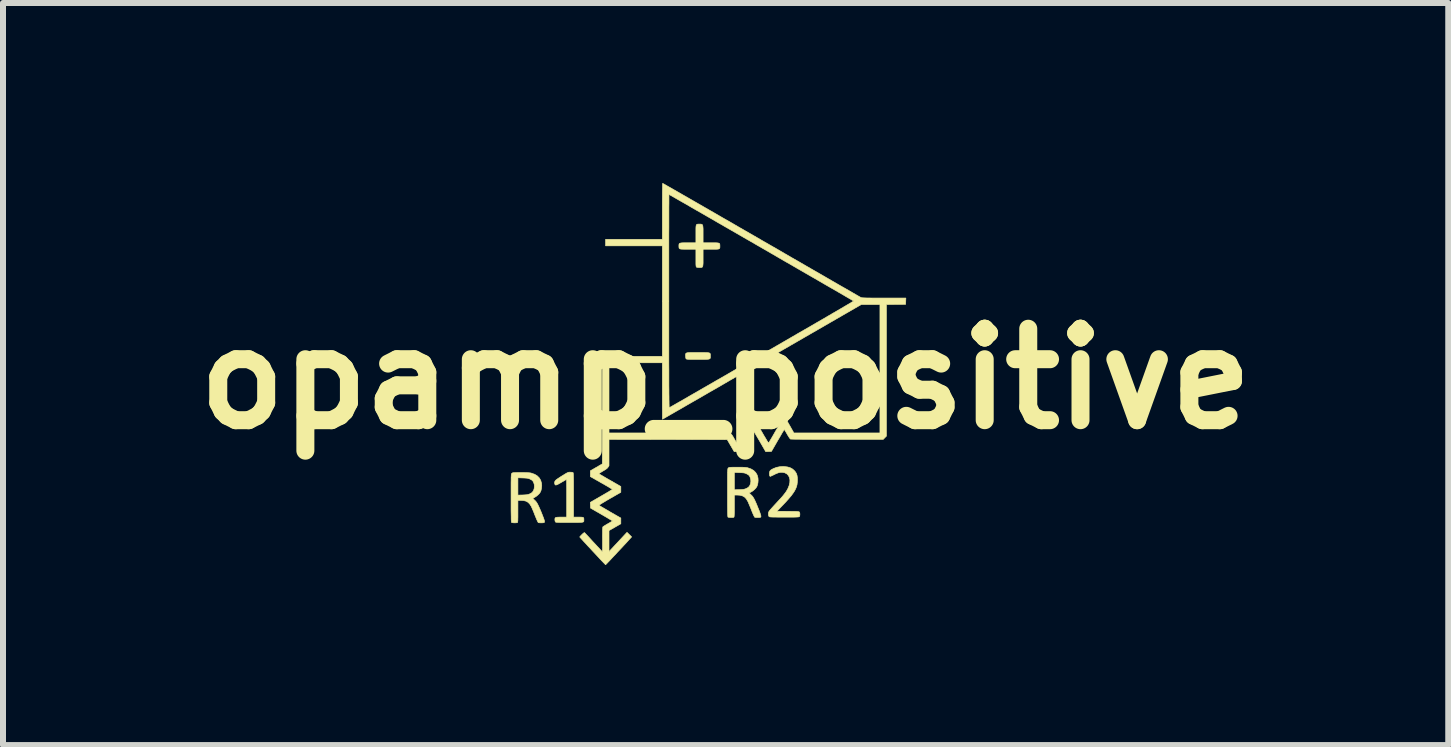
<source format=kicad_pcb>
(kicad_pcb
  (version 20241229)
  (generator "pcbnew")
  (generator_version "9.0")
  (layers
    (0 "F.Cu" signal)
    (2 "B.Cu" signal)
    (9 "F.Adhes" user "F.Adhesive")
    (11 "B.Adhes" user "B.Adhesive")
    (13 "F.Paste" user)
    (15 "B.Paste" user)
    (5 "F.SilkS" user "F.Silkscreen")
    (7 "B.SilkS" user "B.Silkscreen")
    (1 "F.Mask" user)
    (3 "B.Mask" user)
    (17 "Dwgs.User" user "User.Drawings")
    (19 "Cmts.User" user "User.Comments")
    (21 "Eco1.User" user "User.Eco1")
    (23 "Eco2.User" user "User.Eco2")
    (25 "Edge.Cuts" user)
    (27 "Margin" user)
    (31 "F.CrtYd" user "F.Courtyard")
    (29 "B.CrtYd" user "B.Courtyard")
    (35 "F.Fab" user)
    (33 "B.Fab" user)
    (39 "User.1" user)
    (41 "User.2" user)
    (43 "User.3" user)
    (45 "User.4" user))
  (footprint "opamp_positive"
    (layer "F.Cu")
    (at 9.042 3.263)
    (property "Reference" "opamp_positive" (at 0 0 0) (layer "F.SilkS") (effects (font (size 1.524 1.524) (thickness 0.3))))
    (attr through_hole)
    (fp_poly (pts (xy -0.358 -0.438) (xy -0.323 -0.437) (xy -0.297 -0.436) (xy -0.278 -0.433) (xy -0.266 -0.429) (xy -0.259 -0.423) (xy -0.255 -0.415) (xy -0.254 -0.404) (xy -0.254 -0.39) (xy -0.254 -0.381) (xy -0.254 -0.365) (xy -0.254 -0.353) (xy -0.256 -0.343) (xy -0.262 -0.336) (xy -0.271 -0.331) (xy -0.286 -0.327) (xy -0.309 -0.325) (xy -0.339 -0.324) (xy -0.379 -0.324) (xy -0.429 -0.324) (xy -0.46 -0.324) (xy -0.515 -0.324) (xy -0.558 -0.324) (xy -0.592 -0.324) (xy -0.617 -0.325) (xy -0.634 -0.326) (xy -0.646 -0.328) (xy -0.653 -0.33) (xy -0.657 -0.332) (xy -0.66 -0.336) (xy -0.66 -0.336) (xy -0.664 -0.35) (xy -0.666 -0.37) (xy -0.667 -0.381) (xy -0.667 -0.397) (xy -0.667 -0.409) (xy -0.664 -0.419) (xy -0.659 -0.426) (xy -0.65 -0.431) (xy -0.634 -0.435) (xy -0.612 -0.437) (xy -0.582 -0.438) (xy -0.542 -0.438) (xy -0.491 -0.438) (xy -0.46 -0.438) (xy -0.404 -0.438) (xy -0.358 -0.438)) (stroke (width 0.01) (type solid)) (fill yes) (layer "F.SilkS"))
    (fp_poly (pts (xy -0.438 -2.578) (xy -0.433 -2.578) (xy -0.415 -2.578) (xy -0.402 -2.576) (xy -0.392 -2.572) (xy -0.384 -2.563) (xy -0.38 -2.549) (xy -0.377 -2.528) (xy -0.375 -2.498) (xy -0.375 -2.459) (xy -0.375 -2.408) (xy -0.375 -2.267) (xy -0.242 -2.267) (xy -0.195 -2.267) (xy -0.159 -2.267) (xy -0.133 -2.265) (xy -0.116 -2.262) (xy -0.104 -2.257) (xy -0.098 -2.249) (xy -0.096 -2.238) (xy -0.095 -2.224) (xy -0.095 -2.213) (xy -0.095 -2.196) (xy -0.096 -2.183) (xy -0.1 -2.173) (xy -0.108 -2.167) (xy -0.122 -2.162) (xy -0.143 -2.16) (xy -0.172 -2.159) (xy -0.212 -2.159) (xy -0.242 -2.159) (xy -0.375 -2.159) (xy -0.375 -2.017) (xy -0.375 -1.967) (xy -0.375 -1.929) (xy -0.377 -1.901) (xy -0.38 -1.88) (xy -0.385 -1.867) (xy -0.392 -1.859) (xy -0.403 -1.856) (xy -0.418 -1.854) (xy -0.435 -1.854) (xy -0.458 -1.856) (xy -0.476 -1.858) (xy -0.484 -1.861) (xy -0.488 -1.864) (xy -0.49 -1.87) (xy -0.492 -1.879) (xy -0.494 -1.895) (xy -0.495 -1.917) (xy -0.495 -1.948) (xy -0.495 -1.99) (xy -0.495 -2.013) (xy -0.495 -2.159) (xy -0.628 -2.159) (xy -0.675 -2.159) (xy -0.711 -2.16) (xy -0.738 -2.161) (xy -0.756 -2.164) (xy -0.768 -2.169) (xy -0.774 -2.177) (xy -0.777 -2.188) (xy -0.778 -2.203) (xy -0.778 -2.213) (xy -0.778 -2.23) (xy -0.776 -2.243) (xy -0.772 -2.253) (xy -0.763 -2.259) (xy -0.749 -2.263) (xy -0.727 -2.266) (xy -0.696 -2.267) (xy -0.655 -2.267) (xy -0.628 -2.267) (xy -0.495 -2.267) (xy -0.495 -2.416) (xy -0.495 -2.465) (xy -0.495 -2.504) (xy -0.494 -2.532) (xy -0.491 -2.552) (xy -0.487 -2.566) (xy -0.48 -2.573) (xy -0.47 -2.577) (xy -0.456 -2.578) (xy -0.438 -2.578)) (stroke (width 0.01) (type solid)) (fill yes) (layer "F.SilkS"))
    (fp_poly (pts (xy -2.565 1.557) (xy -2.548 1.56) (xy -2.541 1.563) (xy -2.54 1.568) (xy -2.538 1.58) (xy -2.537 1.599) (xy -2.536 1.626) (xy -2.535 1.662) (xy -2.534 1.707) (xy -2.534 1.763) (xy -2.534 1.829) (xy -2.534 1.908) (xy -2.534 1.938) (xy -2.534 2.305) (xy -2.452 2.305) (xy -2.416 2.305) (xy -2.392 2.306) (xy -2.376 2.309) (xy -2.367 2.315) (xy -2.363 2.324) (xy -2.362 2.338) (xy -2.362 2.349) (xy -2.362 2.361) (xy -2.362 2.37) (xy -2.364 2.378) (xy -2.368 2.383) (xy -2.376 2.387) (xy -2.39 2.39) (xy -2.41 2.392) (xy -2.437 2.393) (xy -2.473 2.394) (xy -2.518 2.394) (xy -2.575 2.394) (xy -2.601 2.394) (xy -2.661 2.394) (xy -2.71 2.394) (xy -2.748 2.394) (xy -2.778 2.393) (xy -2.8 2.392) (xy -2.816 2.391) (xy -2.826 2.39) (xy -2.832 2.388) (xy -2.836 2.385) (xy -2.838 2.382) (xy -2.838 2.382) (xy -2.843 2.366) (xy -2.845 2.349) (xy -2.844 2.333) (xy -2.842 2.321) (xy -2.835 2.313) (xy -2.822 2.309) (xy -2.802 2.306) (xy -2.773 2.305) (xy -2.74 2.305) (xy -2.648 2.305) (xy -2.648 1.991) (xy -2.648 1.929) (xy -2.648 1.871) (xy -2.648 1.819) (xy -2.649 1.772) (xy -2.649 1.734) (xy -2.65 1.704) (xy -2.65 1.685) (xy -2.651 1.677) (xy -2.651 1.676) (xy -2.657 1.679) (xy -2.672 1.688) (xy -2.694 1.701) (xy -2.721 1.716) (xy -2.734 1.724) (xy -2.771 1.745) (xy -2.798 1.76) (xy -2.818 1.768) (xy -2.832 1.77) (xy -2.84 1.767) (xy -2.845 1.757) (xy -2.848 1.747) (xy -2.85 1.731) (xy -2.848 1.718) (xy -2.843 1.705) (xy -2.832 1.691) (xy -2.814 1.676) (xy -2.788 1.658) (xy -2.753 1.635) (xy -2.731 1.621) (xy -2.695 1.599) (xy -2.668 1.582) (xy -2.647 1.57) (xy -2.632 1.563) (xy -2.619 1.558) (xy -2.608 1.556) (xy -2.595 1.556) (xy -2.588 1.556) (xy -2.565 1.557)) (stroke (width 0.01) (type solid)) (fill yes) (layer "F.SilkS"))
    (fp_poly (pts (xy 0.975 1.462) (xy 1.029 1.468) (xy 1.075 1.481) (xy 1.114 1.502) (xy 1.142 1.526) (xy 1.165 1.553) (xy 1.181 1.58) (xy 1.191 1.611) (xy 1.196 1.648) (xy 1.197 1.686) (xy 1.195 1.725) (xy 1.191 1.762) (xy 1.182 1.797) (xy 1.168 1.832) (xy 1.149 1.869) (xy 1.124 1.907) (xy 1.093 1.949) (xy 1.053 1.996) (xy 1.006 2.049) (xy 0.953 2.105) (xy 0.855 2.207) (xy 1.039 2.208) (xy 1.092 2.209) (xy 1.135 2.209) (xy 1.167 2.21) (xy 1.191 2.211) (xy 1.208 2.213) (xy 1.219 2.215) (xy 1.226 2.217) (xy 1.23 2.22) (xy 1.23 2.221) (xy 1.236 2.236) (xy 1.238 2.257) (xy 1.236 2.279) (xy 1.232 2.293) (xy 1.23 2.296) (xy 1.226 2.298) (xy 1.22 2.3) (xy 1.21 2.302) (xy 1.195 2.303) (xy 1.174 2.304) (xy 1.145 2.305) (xy 1.108 2.305) (xy 1.061 2.305) (xy 1.003 2.305) (xy 0.978 2.305) (xy 0.915 2.305) (xy 0.862 2.305) (xy 0.821 2.304) (xy 0.788 2.304) (xy 0.764 2.303) (xy 0.746 2.302) (xy 0.734 2.3) (xy 0.727 2.298) (xy 0.724 2.296) (xy 0.716 2.279) (xy 0.713 2.255) (xy 0.715 2.231) (xy 0.719 2.218) (xy 0.725 2.207) (xy 0.739 2.189) (xy 0.76 2.165) (xy 0.785 2.137) (xy 0.814 2.105) (xy 0.838 2.079) (xy 0.885 2.028) (xy 0.925 1.985) (xy 0.957 1.948) (xy 0.983 1.915) (xy 1.004 1.887) (xy 1.021 1.86) (xy 1.035 1.835) (xy 1.038 1.829) (xy 1.059 1.778) (xy 1.07 1.73) (xy 1.072 1.685) (xy 1.064 1.646) (xy 1.047 1.612) (xy 1.022 1.585) (xy 0.988 1.567) (xy 0.979 1.564) (xy 0.946 1.558) (xy 0.914 1.558) (xy 0.879 1.566) (xy 0.838 1.582) (xy 0.814 1.594) (xy 0.788 1.607) (xy 0.766 1.617) (xy 0.751 1.624) (xy 0.745 1.626) (xy 0.737 1.621) (xy 0.732 1.606) (xy 0.73 1.579) (xy 0.73 1.574) (xy 0.733 1.551) (xy 0.741 1.533) (xy 0.758 1.517) (xy 0.785 1.502) (xy 0.796 1.496) (xy 0.848 1.476) (xy 0.9 1.465) (xy 0.958 1.461) (xy 0.975 1.462)) (stroke (width 0.01) (type solid)) (fill yes) (layer "F.SilkS"))
    (fp_poly (pts (xy -3.358 1.562) (xy -3.316 1.563) (xy -3.283 1.565) (xy -3.258 1.567) (xy -3.239 1.571) (xy -3.236 1.572) (xy -3.182 1.591) (xy -3.139 1.617) (xy -3.105 1.651) (xy -3.081 1.692) (xy -3.067 1.742) (xy -3.067 1.744) (xy -3.064 1.782) (xy -3.068 1.823) (xy -3.076 1.861) (xy -3.086 1.885) (xy -3.102 1.91) (xy -3.127 1.935) (xy -3.155 1.958) (xy -3.182 1.975) (xy -3.199 1.984) (xy -3.21 1.989) (xy -3.212 1.991) (xy -3.209 1.996) (xy -3.198 2.007) (xy -3.183 2.022) (xy -3.183 2.022) (xy -3.168 2.036) (xy -3.155 2.052) (xy -3.142 2.071) (xy -3.129 2.095) (xy -3.115 2.124) (xy -3.098 2.162) (xy -3.078 2.208) (xy -3.064 2.243) (xy -3.046 2.289) (xy -3.032 2.325) (xy -3.023 2.352) (xy -3.018 2.371) (xy -3.018 2.384) (xy -3.02 2.392) (xy -3.026 2.396) (xy -3.026 2.396) (xy -3.039 2.399) (xy -3.06 2.4) (xy -3.084 2.4) (xy -3.105 2.399) (xy -3.119 2.397) (xy -3.12 2.397) (xy -3.126 2.39) (xy -3.135 2.372) (xy -3.147 2.347) (xy -3.16 2.315) (xy -3.175 2.279) (xy -3.19 2.24) (xy -3.205 2.203) (xy -3.219 2.17) (xy -3.231 2.143) (xy -3.238 2.127) (xy -3.263 2.088) (xy -3.291 2.059) (xy -3.325 2.039) (xy -3.367 2.029) (xy -3.414 2.026) (xy -3.461 2.026) (xy -3.461 2.209) (xy -3.461 2.263) (xy -3.461 2.305) (xy -3.462 2.337) (xy -3.462 2.361) (xy -3.464 2.377) (xy -3.465 2.388) (xy -3.468 2.394) (xy -3.47 2.396) (xy -3.471 2.396) (xy -3.485 2.399) (xy -3.506 2.4) (xy -3.529 2.4) (xy -3.55 2.398) (xy -3.564 2.395) (xy -3.567 2.393) (xy -3.569 2.388) (xy -3.57 2.377) (xy -3.572 2.358) (xy -3.573 2.331) (xy -3.573 2.296) (xy -3.574 2.252) (xy -3.575 2.197) (xy -3.575 2.132) (xy -3.575 2.055) (xy -3.575 1.986) (xy -3.575 1.938) (xy -3.461 1.938) (xy -3.38 1.936) (xy -3.343 1.934) (xy -3.316 1.932) (xy -3.295 1.928) (xy -3.278 1.923) (xy -3.267 1.919) (xy -3.247 1.909) (xy -3.23 1.898) (xy -3.224 1.894) (xy -3.204 1.867) (xy -3.191 1.834) (xy -3.186 1.796) (xy -3.189 1.758) (xy -3.201 1.723) (xy -3.212 1.704) (xy -3.226 1.69) (xy -3.246 1.678) (xy -3.253 1.674) (xy -3.27 1.666) (xy -3.285 1.661) (xy -3.301 1.657) (xy -3.322 1.655) (xy -3.35 1.653) (xy -3.376 1.652) (xy -3.461 1.649) (xy -3.461 1.938) (xy -3.575 1.938) (xy -3.575 1.905) (xy -3.575 1.836) (xy -3.575 1.778) (xy -3.575 1.729) (xy -3.574 1.689) (xy -3.574 1.657) (xy -3.573 1.632) (xy -3.572 1.613) (xy -3.571 1.6) (xy -3.57 1.59) (xy -3.568 1.583) (xy -3.566 1.579) (xy -3.563 1.576) (xy -3.562 1.575) (xy -3.557 1.571) (xy -3.551 1.567) (xy -3.542 1.565) (xy -3.527 1.564) (xy -3.506 1.563) (xy -3.477 1.562) (xy -3.438 1.562) (xy -3.411 1.562) (xy -3.358 1.562)) (stroke (width 0.01) (type solid)) (fill yes) (layer "F.SilkS"))
    (fp_poly (pts (xy 0.249 1.473) (xy 0.291 1.474) (xy 0.324 1.476) (xy 0.349 1.479) (xy 0.367 1.482) (xy 0.37 1.483) (xy 0.424 1.502) (xy 0.468 1.528) (xy 0.502 1.562) (xy 0.526 1.603) (xy 0.54 1.653) (xy 0.54 1.655) (xy 0.542 1.693) (xy 0.539 1.734) (xy 0.53 1.772) (xy 0.521 1.796) (xy 0.504 1.821) (xy 0.48 1.846) (xy 0.452 1.869) (xy 0.424 1.886) (xy 0.408 1.895) (xy 0.397 1.901) (xy 0.395 1.902) (xy 0.398 1.907) (xy 0.408 1.918) (xy 0.424 1.933) (xy 0.424 1.933) (xy 0.439 1.948) (xy 0.452 1.963) (xy 0.464 1.982) (xy 0.478 2.006) (xy 0.492 2.035) (xy 0.509 2.073) (xy 0.528 2.119) (xy 0.542 2.154) (xy 0.561 2.2) (xy 0.574 2.236) (xy 0.583 2.263) (xy 0.588 2.282) (xy 0.589 2.295) (xy 0.587 2.303) (xy 0.581 2.307) (xy 0.581 2.308) (xy 0.567 2.31) (xy 0.547 2.311) (xy 0.523 2.311) (xy 0.502 2.31) (xy 0.488 2.308) (xy 0.487 2.308) (xy 0.481 2.301) (xy 0.472 2.284) (xy 0.46 2.258) (xy 0.446 2.226) (xy 0.432 2.19) (xy 0.417 2.151) (xy 0.401 2.114) (xy 0.387 2.081) (xy 0.376 2.054) (xy 0.368 2.039) (xy 0.344 1.999) (xy 0.316 1.97) (xy 0.281 1.951) (xy 0.24 1.94) (xy 0.193 1.937) (xy 0.146 1.937) (xy 0.146 2.12) (xy 0.146 2.174) (xy 0.146 2.216) (xy 0.145 2.248) (xy 0.144 2.272) (xy 0.143 2.289) (xy 0.141 2.299) (xy 0.139 2.305) (xy 0.136 2.307) (xy 0.136 2.308) (xy 0.122 2.31) (xy 0.101 2.311) (xy 0.078 2.311) (xy 0.057 2.309) (xy 0.043 2.306) (xy 0.039 2.304) (xy 0.038 2.299) (xy 0.036 2.288) (xy 0.035 2.269) (xy 0.034 2.243) (xy 0.033 2.207) (xy 0.033 2.163) (xy 0.032 2.108) (xy 0.032 2.043) (xy 0.032 1.966) (xy 0.032 1.897) (xy 0.032 1.849) (xy 0.146 1.849) (xy 0.227 1.847) (xy 0.264 1.845) (xy 0.291 1.843) (xy 0.312 1.839) (xy 0.329 1.834) (xy 0.339 1.83) (xy 0.36 1.82) (xy 0.377 1.809) (xy 0.383 1.805) (xy 0.403 1.779) (xy 0.416 1.745) (xy 0.421 1.708) (xy 0.418 1.669) (xy 0.406 1.634) (xy 0.395 1.615) (xy 0.381 1.601) (xy 0.361 1.589) (xy 0.353 1.585) (xy 0.337 1.577) (xy 0.322 1.572) (xy 0.306 1.568) (xy 0.285 1.566) (xy 0.257 1.564) (xy 0.231 1.563) (xy 0.146 1.56) (xy 0.146 1.849) (xy 0.032 1.849) (xy 0.032 1.816) (xy 0.032 1.747) (xy 0.032 1.689) (xy 0.032 1.64) (xy 0.032 1.6) (xy 0.033 1.568) (xy 0.034 1.543) (xy 0.035 1.525) (xy 0.036 1.511) (xy 0.037 1.501) (xy 0.039 1.495) (xy 0.041 1.49) (xy 0.043 1.487) (xy 0.044 1.486) (xy 0.049 1.482) (xy 0.056 1.479) (xy 0.065 1.476) (xy 0.079 1.475) (xy 0.1 1.474) (xy 0.13 1.473) (xy 0.169 1.473) (xy 0.196 1.473) (xy 0.249 1.473)) (stroke (width 0.01) (type solid)) (fill yes) (layer "F.SilkS"))
    (fp_poly (pts (xy -1.042 -3.254) (xy -1.026 -3.245) (xy -0.999 -3.23) (xy -0.963 -3.209) (xy -0.917 -3.183) (xy -0.863 -3.152) (xy -0.8 -3.116) (xy -0.729 -3.075) (xy -0.65 -3.03) (xy -0.565 -2.981) (xy -0.473 -2.928) (xy -0.374 -2.871) (xy -0.27 -2.811) (xy -0.16 -2.748) (xy -0.045 -2.681) (xy 0.075 -2.613) (xy 0.198 -2.541) (xy 0.325 -2.468) (xy 0.456 -2.393) (xy 0.589 -2.316) (xy 0.595 -2.312) (xy 0.729 -2.235) (xy 0.86 -2.16) (xy 0.987 -2.086) (xy 1.111 -2.014) (xy 1.232 -1.945) (xy 1.347 -1.878) (xy 1.458 -1.814) (xy 1.563 -1.754) (xy 1.663 -1.696) (xy 1.756 -1.642) (xy 1.843 -1.592) (xy 1.922 -1.546) (xy 1.995 -1.505) (xy 2.059 -1.468) (xy 2.114 -1.436) (xy 2.161 -1.409) (xy 2.199 -1.387) (xy 2.227 -1.371) (xy 2.245 -1.361) (xy 2.252 -1.357) (xy 2.252 -1.357) (xy 2.258 -1.354) (xy 2.265 -1.353) (xy 2.275 -1.351) (xy 2.29 -1.35) (xy 2.309 -1.349) (xy 2.334 -1.348) (xy 2.367 -1.347) (xy 2.407 -1.347) (xy 2.456 -1.346) (xy 2.516 -1.346) (xy 2.586 -1.346) (xy 2.638 -1.346) (xy 3.004 -1.346) (xy 3.002 -1.294) (xy 3 -1.241) (xy 2.84 -1.24) (xy 2.68 -1.238) (xy 2.68 0.955) (xy 2.653 0.982) (xy 2.626 1.01) (xy 1.859 1.01) (xy 1.739 1.01) (xy 1.629 1.009) (xy 1.527 1.009) (xy 1.435 1.009) (xy 1.352 1.008) (xy 1.28 1.008) (xy 1.218 1.007) (xy 1.167 1.007) (xy 1.127 1.006) (xy 1.099 1.005) (xy 1.084 1.004) (xy 1.08 1.004) (xy 1.073 0.996) (xy 1.061 0.98) (xy 1.046 0.956) (xy 1.029 0.929) (xy 1.025 0.921) (xy 1.009 0.893) (xy 0.995 0.87) (xy 0.984 0.853) (xy 0.979 0.845) (xy 0.978 0.845) (xy 0.974 0.85) (xy 0.965 0.865) (xy 0.95 0.888) (xy 0.932 0.919) (xy 0.911 0.956) (xy 0.887 0.997) (xy 0.869 1.027) (xy 0.764 1.21) (xy 0.716 1.212) (xy 0.668 1.213) (xy 0.562 1.029) (xy 0.536 0.985) (xy 0.513 0.946) (xy 0.492 0.911) (xy 0.475 0.883) (xy 0.461 0.862) (xy 0.453 0.85) (xy 0.451 0.848) (xy 0.446 0.854) (xy 0.437 0.87) (xy 0.422 0.894) (xy 0.404 0.925) (xy 0.382 0.962) (xy 0.358 1.004) (xy 0.342 1.032) (xy 0.238 1.212) (xy 0.19 1.213) (xy 0.143 1.213) (xy 0.085 1.113) (xy 0.027 1.013) (xy -0.958 1.011) (xy -1.943 1.01) (xy -1.943 1.448) (xy -1.959 1.473) (xy -1.969 1.486) (xy -1.985 1.5) (xy -2.008 1.516) (xy -2.041 1.535) (xy -2.044 1.537) (xy -2.07 1.553) (xy -2.091 1.566) (xy -2.106 1.576) (xy -2.111 1.581) (xy -2.111 1.582) (xy -2.105 1.586) (xy -2.089 1.596) (xy -2.065 1.61) (xy -2.034 1.628) (xy -1.997 1.65) (xy -1.956 1.674) (xy -1.927 1.69) (xy -1.746 1.794) (xy -1.746 1.891) (xy -1.931 1.997) (xy -1.974 2.022) (xy -2.014 2.046) (xy -2.049 2.067) (xy -2.077 2.084) (xy -2.097 2.098) (xy -2.108 2.106) (xy -2.11 2.108) (xy -2.104 2.113) (xy -2.087 2.122) (xy -2.063 2.137) (xy -2.031 2.155) (xy -1.994 2.177) (xy -1.952 2.201) (xy -1.926 2.217) (xy -1.746 2.32) (xy -1.746 2.368) (xy -1.746 2.416) (xy -1.943 2.529) (xy -1.943 2.704) (xy -1.943 2.88) (xy -1.916 2.851) (xy -1.905 2.839) (xy -1.886 2.819) (xy -1.862 2.793) (xy -1.833 2.762) (xy -1.801 2.728) (xy -1.768 2.692) (xy -1.766 2.69) (xy -1.643 2.558) (xy -1.566 2.634) (xy -1.591 2.662) (xy -1.609 2.681) (xy -1.632 2.707) (xy -1.66 2.738) (xy -1.692 2.772) (xy -1.727 2.81) (xy -1.764 2.849) (xy -1.801 2.888) (xy -1.837 2.928) (xy -1.873 2.965) (xy -1.906 3.001) (xy -1.935 3.032) (xy -1.961 3.059) (xy -1.98 3.079) (xy -1.994 3.093) (xy -2 3.099) (xy -2 3.099) (xy -2.005 3.094) (xy -2.017 3.081) (xy -2.037 3.061) (xy -2.063 3.034) (xy -2.094 3.001) (xy -2.129 2.963) (xy -2.168 2.921) (xy -2.21 2.876) (xy -2.216 2.87) (xy -2.258 2.824) (xy -2.298 2.782) (xy -2.333 2.743) (xy -2.365 2.709) (xy -2.391 2.68) (xy -2.411 2.658) (xy -2.425 2.643) (xy -2.43 2.636) (xy -2.431 2.636) (xy -2.427 2.63) (xy -2.416 2.617) (xy -2.4 2.601) (xy -2.394 2.594) (xy -2.374 2.576) (xy -2.361 2.566) (xy -2.353 2.563) (xy -2.348 2.565) (xy -2.347 2.566) (xy -2.341 2.573) (xy -2.327 2.588) (xy -2.307 2.609) (xy -2.281 2.637) (xy -2.252 2.669) (xy -2.22 2.704) (xy -2.207 2.718) (xy -2.173 2.754) (xy -2.142 2.788) (xy -2.114 2.817) (xy -2.092 2.842) (xy -2.074 2.861) (xy -2.064 2.872) (xy -2.063 2.873) (xy -2.059 2.877) (xy -2.057 2.878) (xy -2.055 2.875) (xy -2.053 2.868) (xy -2.052 2.855) (xy -2.051 2.835) (xy -2.051 2.807) (xy -2.051 2.769) (xy -2.051 2.721) (xy -2.051 2.681) (xy -2.052 2.62) (xy -2.051 2.571) (xy -2.051 2.533) (xy -2.05 2.504) (xy -2.048 2.484) (xy -2.047 2.472) (xy -2.045 2.467) (xy -2.036 2.46) (xy -2.019 2.449) (xy -1.996 2.435) (xy -1.968 2.418) (xy -1.961 2.415) (xy -1.934 2.399) (xy -1.911 2.385) (xy -1.894 2.375) (xy -1.886 2.369) (xy -1.886 2.368) (xy -1.891 2.364) (xy -1.906 2.355) (xy -1.93 2.341) (xy -1.96 2.323) (xy -1.997 2.301) (xy -2.038 2.277) (xy -2.069 2.259) (xy -2.251 2.154) (xy -2.253 2.106) (xy -2.255 2.059) (xy -2.07 1.952) (xy -2.027 1.927) (xy -1.986 1.903) (xy -1.951 1.883) (xy -1.923 1.865) (xy -1.901 1.852) (xy -1.889 1.844) (xy -1.886 1.842) (xy -1.892 1.838) (xy -1.907 1.829) (xy -1.93 1.815) (xy -1.961 1.796) (xy -1.998 1.775) (xy -2.039 1.751) (xy -2.07 1.734) (xy -2.254 1.629) (xy -2.254 1.581) (xy -2.254 1.533) (xy -2.154 1.475) (xy -2.054 1.417) (xy -2.053 0.549) (xy -2.051 -0.267) (xy -1.943 -0.267) (xy -1.943 0.902) (xy -0.939 0.902) (xy -0.805 0.902) (xy -0.684 0.902) (xy -0.573 0.902) (xy -0.474 0.902) (xy -0.385 0.902) (xy -0.306 0.902) (xy -0.236 0.903) (xy -0.175 0.903) (xy -0.122 0.903) (xy -0.077 0.904) (xy -0.039 0.904) (xy -0.007 0.905) (xy 0.019 0.905) (xy 0.039 0.906) (xy 0.055 0.907) (xy 0.067 0.908) (xy 0.075 0.909) (xy 0.08 0.91) (xy 0.082 0.911) (xy 0.094 0.921) (xy 0.109 0.94) (xy 0.128 0.97) (xy 0.143 0.997) (xy 0.159 1.024) (xy 0.173 1.048) (xy 0.183 1.064) (xy 0.189 1.072) (xy 0.19 1.073) (xy 0.194 1.068) (xy 0.203 1.052) (xy 0.217 1.029) (xy 0.236 0.998) (xy 0.257 0.961) (xy 0.281 0.92) (xy 0.298 0.889) (xy 0.403 0.705) (xy 0.5 0.705) (xy 0.607 0.89) (xy 0.636 0.941) (xy 0.661 0.982) (xy 0.68 1.014) (xy 0.694 1.038) (xy 0.705 1.054) (xy 0.713 1.063) (xy 0.718 1.066) (xy 0.72 1.065) (xy 0.725 1.058) (xy 0.735 1.04) (xy 0.75 1.015) (xy 0.769 0.983) (xy 0.791 0.945) (xy 0.815 0.903) (xy 0.828 0.88) (xy 0.93 0.705) (xy 0.978 0.705) (xy 1.026 0.705) (xy 1.082 0.803) (xy 1.138 0.902) (xy 2.572 0.902) (xy 2.572 -1.238) (xy 2.416 -1.238) (xy 2.261 -1.238) (xy 0.606 -0.283) (xy 0.471 -0.205) (xy 0.34 -0.129) (xy 0.212 -0.055) (xy 0.087 0.016) (xy -0.033 0.086) (xy -0.148 0.153) (xy -0.259 0.216) (xy -0.364 0.277) (xy -0.464 0.335) (xy -0.557 0.388) (xy -0.644 0.438) (xy -0.723 0.484) (xy -0.795 0.525) (xy -0.859 0.562) (xy -0.915 0.594) (xy -0.961 0.621) (xy -0.999 0.643) (xy -1.027 0.659) (xy -1.044 0.669) (xy -1.052 0.673) (xy -1.052 0.673) (xy -1.052 0.667) (xy -1.053 0.649) (xy -1.053 0.62) (xy -1.053 0.582) (xy -1.053 0.535) (xy -1.054 0.48) (xy -1.054 0.418) (xy -1.054 0.351) (xy -1.054 0.279) (xy -1.054 0.203) (xy -1.054 -0.267) (xy -1.943 -0.267) (xy -2.051 -0.267) (xy -2.051 -0.32) (xy -2.024 -0.347) (xy -1.998 -0.375) (xy -1.054 -0.375) (xy -1.054 -1.362) (xy -0.946 -1.362) (xy -0.946 -1.295) (xy -0.946 -1.111) (xy -0.946 -0.939) (xy -0.946 -0.779) (xy -0.946 -0.631) (xy -0.946 -0.494) (xy -0.946 -0.368) (xy -0.946 -0.252) (xy -0.945 -0.146) (xy -0.945 -0.05) (xy -0.945 0.036) (xy -0.945 0.114) (xy -0.944 0.183) (xy -0.944 0.244) (xy -0.943 0.297) (xy -0.943 0.342) (xy -0.942 0.38) (xy -0.942 0.412) (xy -0.941 0.437) (xy -0.941 0.456) (xy -0.94 0.469) (xy -0.939 0.478) (xy -0.938 0.481) (xy -0.938 0.481) (xy -0.932 0.478) (xy -0.915 0.468) (xy -0.889 0.453) (xy -0.852 0.432) (xy -0.807 0.406) (xy -0.752 0.375) (xy -0.689 0.339) (xy -0.619 0.298) (xy -0.541 0.253) (xy -0.455 0.204) (xy -0.364 0.151) (xy -0.266 0.095) (xy -0.163 0.035) (xy -0.054 -0.027) (xy 0.06 -0.093) (xy 0.177 -0.161) (xy 0.299 -0.231) (xy 0.424 -0.303) (xy 0.553 -0.377) (xy 0.604 -0.407) (xy 0.733 -0.481) (xy 0.859 -0.554) (xy 0.982 -0.625) (xy 1.101 -0.694) (xy 1.216 -0.761) (xy 1.326 -0.824) (xy 1.432 -0.885) (xy 1.531 -0.943) (xy 1.625 -0.997) (xy 1.712 -1.048) (xy 1.792 -1.095) (xy 1.865 -1.137) (xy 1.93 -1.175) (xy 1.987 -1.209) (xy 2.035 -1.237) (xy 2.075 -1.26) (xy 2.104 -1.278) (xy 2.124 -1.29) (xy 2.134 -1.296) (xy 2.134 -1.296) (xy 2.129 -1.3) (xy 2.112 -1.309) (xy 2.086 -1.325) (xy 2.051 -1.345) (xy 2.006 -1.371) (xy 1.954 -1.402) (xy 1.893 -1.437) (xy 1.826 -1.476) (xy 1.751 -1.519) (xy 1.671 -1.565) (xy 1.585 -1.615) (xy 1.494 -1.668) (xy 1.398 -1.723) (xy 1.298 -1.781) (xy 1.195 -1.84) (xy 1.089 -1.902) (xy 0.98 -1.964) (xy 0.87 -2.028) (xy 0.758 -2.093) (xy 0.646 -2.158) (xy 0.533 -2.223) (xy 0.421 -2.288) (xy 0.309 -2.352) (xy 0.199 -2.416) (xy 0.091 -2.478) (xy -0.015 -2.539) (xy -0.118 -2.598) (xy -0.217 -2.656) (xy -0.313 -2.711) (xy -0.403 -2.763) (xy -0.489 -2.812) (xy -0.569 -2.858) (xy -0.642 -2.901) (xy -0.709 -2.939) (xy -0.769 -2.973) (xy -0.821 -3.003) (xy -0.864 -3.028) (xy -0.899 -3.048) (xy -0.924 -3.062) (xy -0.939 -3.071) (xy -0.943 -3.073) (xy -0.944 -3.067) (xy -0.944 -3.049) (xy -0.944 -3.019) (xy -0.944 -2.977) (xy -0.944 -2.925) (xy -0.945 -2.863) (xy -0.945 -2.791) (xy -0.945 -2.71) (xy -0.945 -2.621) (xy -0.945 -2.523) (xy -0.946 -2.418) (xy -0.946 -2.305) (xy -0.946 -2.186) (xy -0.946 -2.061) (xy -0.946 -1.93) (xy -0.946 -1.795) (xy -0.946 -1.654) (xy -0.946 -1.51) (xy -0.946 -1.362) (xy -1.054 -1.362) (xy -1.054 -2.216) (xy -2 -2.216) (xy -2 -2.324) (xy -1.054 -2.324) (xy -1.054 -2.791) (xy -1.054 -2.88) (xy -1.054 -2.961) (xy -1.053 -3.034) (xy -1.053 -3.097) (xy -1.052 -3.151) (xy -1.051 -3.194) (xy -1.051 -3.227) (xy -1.05 -3.248) (xy -1.048 -3.257) (xy -1.048 -3.258) (xy -1.042 -3.254)) (stroke (width 0.01) (type solid)) (fill yes) (layer "F.SilkS")))
  (gr_rect
    (start -3 -3)
    (end 21.085 9.366)
    (stroke (width 0.1) (type default))
    (fill no)
    (layer "Edge.Cuts")))
</source>
